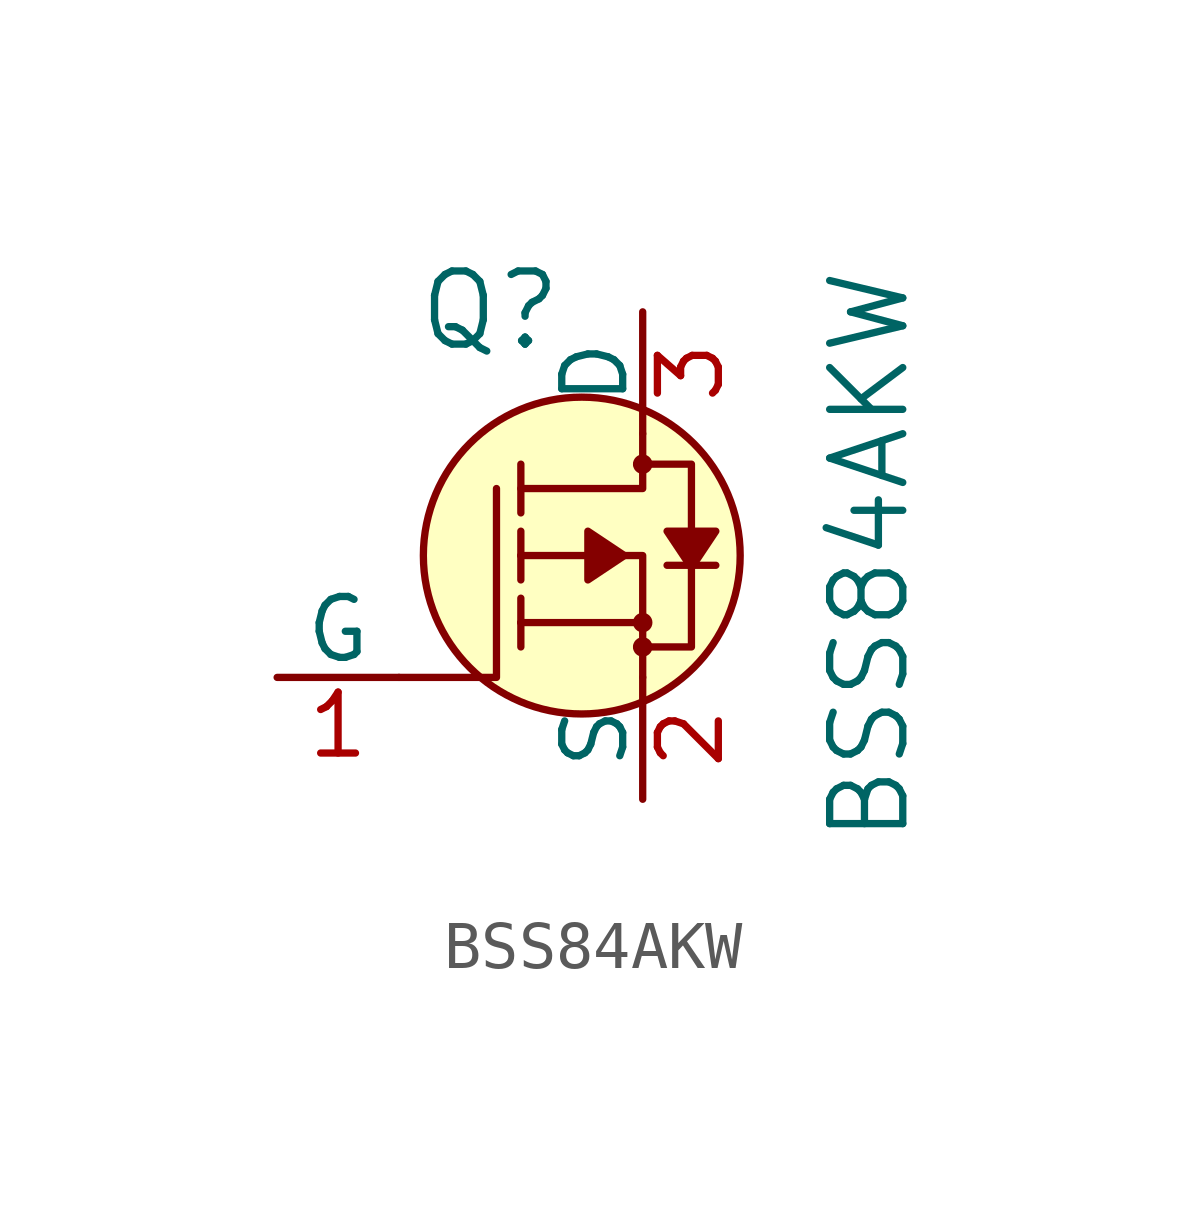
<source format=kicad_sym>
(kicad_symbol_lib
  (version 20211014)
  (generator kicad_symbol_editor)
  (symbol "BSS84AKW"
    (pin_names
      (offset 0))
    (property "Reference" "Q"
      (at -1.626 5.105 0)
      (effects (font (size 1.524 1.524)) (justify right)))
    (property "Value" "BSS84AKW"
      (at 4.724 0 90)
      (effects (font (size 1.524 1.524))))
    (symbol "BSS84AKW_0_1"
      (circle (center -1.27 0) (radius 3.302) (stroke (width 0) (type default) (color 0 0 0 0)) (fill (type background)))
      (circle (center 0 -1.905) (radius 0.127) (stroke (width 0) (type default) (color 0 0 0 0)) (fill (type none)))
      (circle (center 0 -1.397) (radius 0.127) (stroke (width 0) (type default) (color 0 0 0 0)) (fill (type none)))
      (polyline (pts (xy 0 -1.397) (xy -2.54 -1.397)) (stroke (width 0) (type default) (color 0 0 0 0)) (fill (type none)))
      (polyline (pts (xy -5.08 -2.54) (xy -3.048 -2.54) (xy -3.048 1.397)) (stroke (width 0) (type default) (color 0 0 0 0)) (fill (type none)))
      (polyline (pts (xy 0 -2.54) (xy 0 0) (xy -2.54 0)) (stroke (width 0) (type default) (color 0 0 0 0)) (fill (type none)))
      (polyline (pts (xy 0 2.54) (xy 0 1.397) (xy -2.54 1.397)) (stroke (width 0) (type default) (color 0 0 0 0)) (fill (type none)))
      (polyline (pts (xy -0.127 -1.905) (xy 1.016 -1.905) (xy 1.016 1.397) (xy 1.016 1.905) (xy -0.127 1.905)) (stroke (width 0) (type default) (color 0 0 0 0)) (fill (type none)))
      (circle (center 0 1.905) (radius 0.127) (stroke (width 0) (type default) (color 0 0 0 0)) (fill (type none))))
    (symbol "BSS84AKW_1_1"
      (polyline (pts (xy -2.54 -1.397) (xy -2.54 -1.905)) (stroke (width 0) (type default) (color 0 0 0 0)) (fill (type none)))
      (polyline (pts (xy -2.54 -1.397) (xy -2.54 -0.889)) (stroke (width 0) (type default) (color 0 0 0 0)) (fill (type none)))
      (polyline (pts (xy -2.54 0) (xy -2.54 -0.508)) (stroke (width 0) (type default) (color 0 0 0 0)) (fill (type none)))
      (polyline (pts (xy -2.54 0) (xy -2.54 0.508)) (stroke (width 0) (type default) (color 0 0 0 0)) (fill (type none)))
      (polyline (pts (xy -2.54 1.905) (xy -2.54 0.889)) (stroke (width 0) (type default) (color 0 0 0 0)) (fill (type none)))
      (polyline (pts (xy 1.524 -0.203) (xy 0.508 -0.203)) (stroke (width 0) (type default) (color 0 0 0 0)) (fill (type none)))
      (polyline (pts (xy -0.381 0) (xy -1.143 0.508) (xy -1.143 -0.508) (xy -0.381 0)) (stroke (width 0) (type default) (color 0 0 0 0)) (fill (type outline)))
      (polyline (pts (xy 1.016 -0.254) (xy 1.524 0.508) (xy 0.508 0.508) (xy 1.016 -0.254)) (stroke (width 0) (type default) (color 0 0 0 0)) (fill (type outline)))
      (pin bidirectional line (at -7.62 -2.54 0) (length 2.54) (name "G" (effects (font (size 1.27 1.27)))) (number "1" (effects (font (size 1.27 1.27)))))
      (pin bidirectional line (at 0 -5.08 90) (length 2.54) (name "S" (effects (font (size 1.27 1.27)))) (number "2" (effects (font (size 1.27 1.27)))))
      (pin bidirectional line (at 0 5.08 270) (length 2.54) (name "D" (effects (font (size 1.27 1.27)))) (number "3" (effects (font (size 1.27 1.27))))))))
</source>
